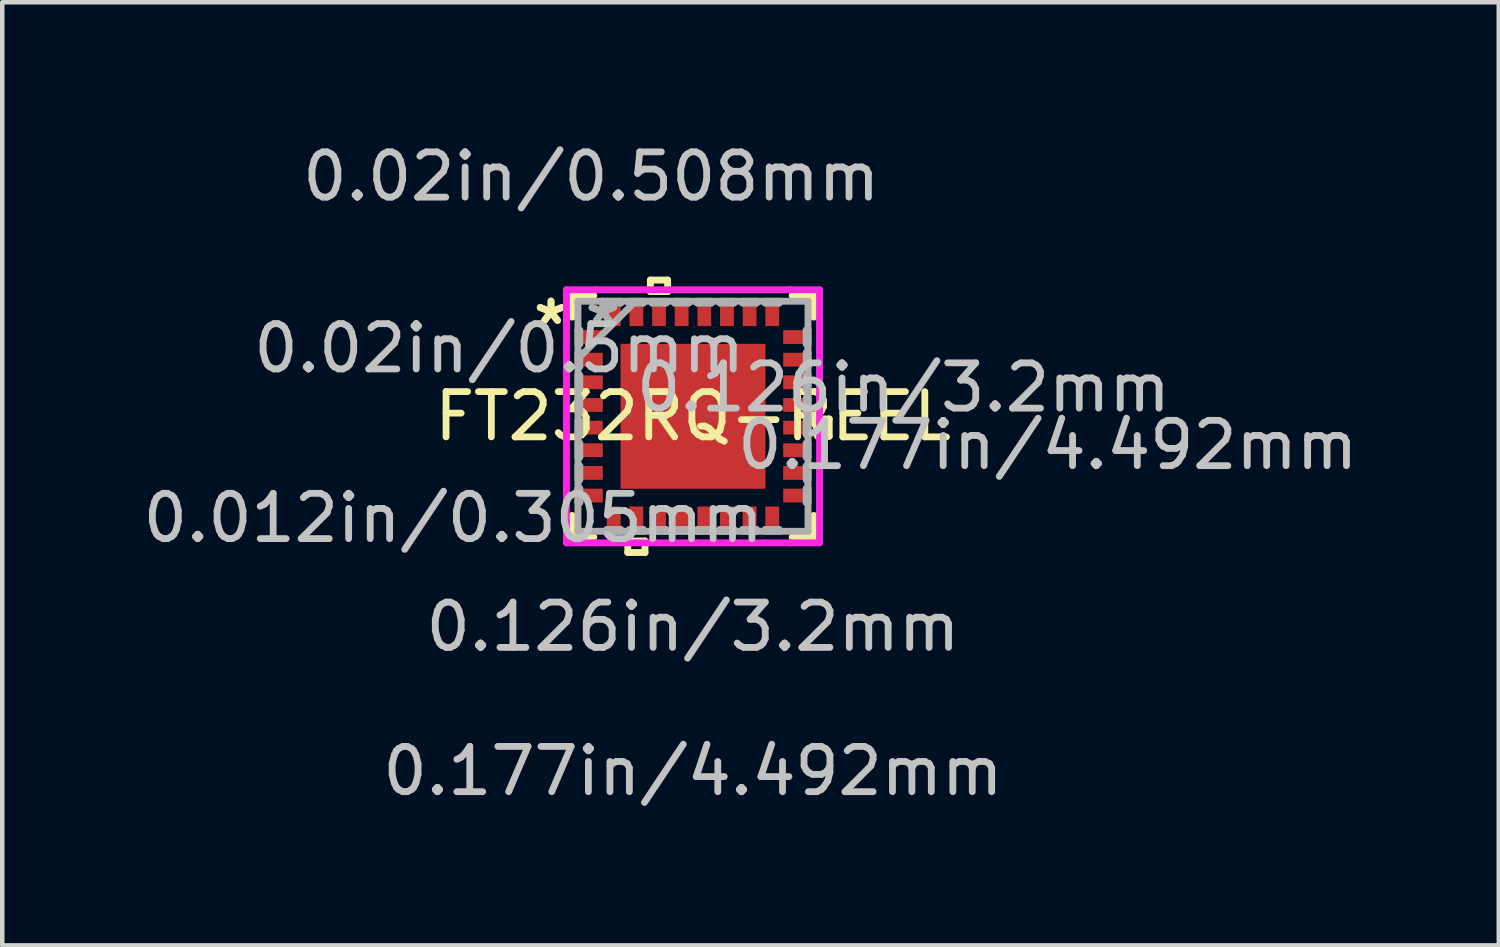
<source format=kicad_pcb>
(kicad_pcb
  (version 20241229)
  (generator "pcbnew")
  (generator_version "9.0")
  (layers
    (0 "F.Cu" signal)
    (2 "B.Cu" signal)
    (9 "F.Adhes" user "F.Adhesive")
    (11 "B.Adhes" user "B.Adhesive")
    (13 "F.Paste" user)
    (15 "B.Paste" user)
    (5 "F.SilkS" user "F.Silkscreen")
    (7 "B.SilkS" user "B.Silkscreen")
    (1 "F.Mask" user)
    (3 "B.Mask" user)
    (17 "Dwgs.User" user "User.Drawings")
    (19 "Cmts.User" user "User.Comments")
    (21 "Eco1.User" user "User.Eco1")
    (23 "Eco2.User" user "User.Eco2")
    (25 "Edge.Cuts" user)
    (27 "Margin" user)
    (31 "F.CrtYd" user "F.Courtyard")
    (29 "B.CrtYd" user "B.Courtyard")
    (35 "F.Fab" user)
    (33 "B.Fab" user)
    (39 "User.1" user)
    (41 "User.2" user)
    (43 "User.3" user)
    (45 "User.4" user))
  (footprint "FT232RQ-REEL"
    (layer "F.Cu")
    (at 12.252 6.142)
    (property "Reference" "FT232RQ-REEL" (at 0 0 0) (layer "F.SilkS") (effects (font (size 1 1) (thickness 0.15))))
    (attr through_hole)
    (fp_line (start -2.667 -2.667) (end -2.667 -2.19) (stroke (width 0.152) (type solid)) (layer "F.SilkS"))
    (fp_line (start -2.667 2.19) (end -2.667 2.667) (stroke (width 0.152) (type solid)) (layer "F.SilkS"))
    (fp_line (start -2.667 2.667) (end -2.19 2.667) (stroke (width 0.152) (type solid)) (layer "F.SilkS"))
    (fp_line (start -2.19 -2.667) (end -2.667 -2.667) (stroke (width 0.152) (type solid)) (layer "F.SilkS"))
    (fp_line (start -1.44 2.754) (end -1.44 3.008) (stroke (width 0.152) (type solid)) (layer "F.SilkS"))
    (fp_line (start -1.44 3.008) (end -1.06 3.008) (stroke (width 0.152) (type solid)) (layer "F.SilkS"))
    (fp_line (start -1.06 2.754) (end -1.44 2.754) (stroke (width 0.152) (type solid)) (layer "F.SilkS"))
    (fp_line (start -1.06 3.008) (end -1.06 2.754) (stroke (width 0.152) (type solid)) (layer "F.SilkS"))
    (fp_line (start -0.941 -3.008) (end -0.56 -3.008) (stroke (width 0.152) (type solid)) (layer "F.SilkS"))
    (fp_line (start -0.941 -2.754) (end -0.941 -3.008) (stroke (width 0.152) (type solid)) (layer "F.SilkS"))
    (fp_line (start -0.56 -3.008) (end -0.56 -2.754) (stroke (width 0.152) (type solid)) (layer "F.SilkS"))
    (fp_line (start -0.56 -2.754) (end -0.941 -2.754) (stroke (width 0.152) (type solid)) (layer "F.SilkS"))
    (fp_line (start 2.19 2.667) (end 2.667 2.667) (stroke (width 0.152) (type solid)) (layer "F.SilkS"))
    (fp_line (start 2.667 -2.667) (end 2.19 -2.667) (stroke (width 0.152) (type solid)) (layer "F.SilkS"))
    (fp_line (start 2.667 -2.19) (end 2.667 -2.667) (stroke (width 0.152) (type solid)) (layer "F.SilkS"))
    (fp_line (start 2.667 2.667) (end 2.667 2.19) (stroke (width 0.152) (type solid)) (layer "F.SilkS"))
    (fp_line (start 2.754 0.059) (end 3.008 0.059) (stroke (width 0.152) (type solid)) (layer "F.SilkS"))
    (fp_line (start 2.754 0.441) (end 2.754 0.059) (stroke (width 0.152) (type solid)) (layer "F.SilkS"))
    (fp_line (start 3.008 0.059) (end 3.008 0.441) (stroke (width 0.152) (type solid)) (layer "F.SilkS"))
    (fp_line (start 3.008 0.441) (end 2.754 0.441) (stroke (width 0.152) (type solid)) (layer "F.SilkS"))
    (fp_line (start -1.5 -1.5) (end -1.5 -0.1) (stroke (width 0.152) (type solid)) (layer "F.Paste"))
    (fp_line (start -1.5 -0.1) (end -0.1 -0.1) (stroke (width 0.152) (type solid)) (layer "F.Paste"))
    (fp_line (start -1.5 0.1) (end -1.5 1.5) (stroke (width 0.152) (type solid)) (layer "F.Paste"))
    (fp_line (start -1.5 1.5) (end -0.1 1.5) (stroke (width 0.152) (type solid)) (layer "F.Paste"))
    (fp_line (start -0.1 -1.5) (end -1.5 -1.5) (stroke (width 0.152) (type solid)) (layer "F.Paste"))
    (fp_line (start -0.1 -0.1) (end -0.1 -1.5) (stroke (width 0.152) (type solid)) (layer "F.Paste"))
    (fp_line (start -0.1 0.1) (end -1.5 0.1) (stroke (width 0.152) (type solid)) (layer "F.Paste"))
    (fp_line (start -0.1 1.5) (end -0.1 0.1) (stroke (width 0.152) (type solid)) (layer "F.Paste"))
    (fp_line (start 0.1 -1.5) (end 0.1 -0.1) (stroke (width 0.152) (type solid)) (layer "F.Paste"))
    (fp_line (start 0.1 -0.1) (end 1.5 -0.1) (stroke (width 0.152) (type solid)) (layer "F.Paste"))
    (fp_line (start 0.1 0.1) (end 0.1 1.5) (stroke (width 0.152) (type solid)) (layer "F.Paste"))
    (fp_line (start 0.1 1.5) (end 1.5 1.5) (stroke (width 0.152) (type solid)) (layer "F.Paste"))
    (fp_line (start 1.5 -1.5) (end 0.1 -1.5) (stroke (width 0.152) (type solid)) (layer "F.Paste"))
    (fp_line (start 1.5 -0.1) (end 1.5 -1.5) (stroke (width 0.152) (type solid)) (layer "F.Paste"))
    (fp_line (start 1.5 0.1) (end 0.1 0.1) (stroke (width 0.152) (type solid)) (layer "F.Paste"))
    (fp_line (start 1.5 1.5) (end 1.5 0.1) (stroke (width 0.152) (type solid)) (layer "F.Paste"))
    (fp_line (start -2.794 -2.794) (end -2.156 -2.794) (stroke (width 0.152) (type solid)) (layer "F.CrtYd"))
    (fp_line (start -2.794 -2.156) (end -2.794 -2.794) (stroke (width 0.152) (type solid)) (layer "F.CrtYd"))
    (fp_line (start -2.794 -2.156) (end -2.794 -2.156) (stroke (width 0.152) (type solid)) (layer "F.CrtYd"))
    (fp_line (start -2.794 2.156) (end -2.794 -2.156) (stroke (width 0.152) (type solid)) (layer "F.CrtYd"))
    (fp_line (start -2.794 2.156) (end -2.794 2.156) (stroke (width 0.152) (type solid)) (layer "F.CrtYd"))
    (fp_line (start -2.794 2.794) (end -2.794 2.156) (stroke (width 0.152) (type solid)) (layer "F.CrtYd"))
    (fp_line (start -2.156 -2.794) (end -2.156 -2.794) (stroke (width 0.152) (type solid)) (layer "F.CrtYd"))
    (fp_line (start -2.156 -2.794) (end 2.156 -2.794) (stroke (width 0.152) (type solid)) (layer "F.CrtYd"))
    (fp_line (start -2.156 2.794) (end -2.794 2.794) (stroke (width 0.152) (type solid)) (layer "F.CrtYd"))
    (fp_line (start -2.156 2.794) (end -2.156 2.794) (stroke (width 0.152) (type solid)) (layer "F.CrtYd"))
    (fp_line (start 2.156 -2.794) (end 2.156 -2.794) (stroke (width 0.152) (type solid)) (layer "F.CrtYd"))
    (fp_line (start 2.156 -2.794) (end 2.794 -2.794) (stroke (width 0.152) (type solid)) (layer "F.CrtYd"))
    (fp_line (start 2.156 2.794) (end -2.156 2.794) (stroke (width 0.152) (type solid)) (layer "F.CrtYd"))
    (fp_line (start 2.156 2.794) (end 2.156 2.794) (stroke (width 0.152) (type solid)) (layer "F.CrtYd"))
    (fp_line (start 2.794 -2.794) (end 2.794 -2.156) (stroke (width 0.152) (type solid)) (layer "F.CrtYd"))
    (fp_line (start 2.794 -2.156) (end 2.794 -2.156) (stroke (width 0.152) (type solid)) (layer "F.CrtYd"))
    (fp_line (start 2.794 -2.156) (end 2.794 2.156) (stroke (width 0.152) (type solid)) (layer "F.CrtYd"))
    (fp_line (start 2.794 2.156) (end 2.794 2.156) (stroke (width 0.152) (type solid)) (layer "F.CrtYd"))
    (fp_line (start 2.794 2.156) (end 2.794 2.794) (stroke (width 0.152) (type solid)) (layer "F.CrtYd"))
    (fp_line (start 2.794 2.794) (end 2.156 2.794) (stroke (width 0.152) (type solid)) (layer "F.CrtYd"))
    (fp_line (start -2.54 -2.54) (end -2.54 -2.54) (stroke (width 0.152) (type solid)) (layer "F.Fab"))
    (fp_line (start -2.54 -2.54) (end -2.54 2.54) (stroke (width 0.152) (type solid)) (layer "F.Fab"))
    (fp_line (start -2.54 -1.902) (end -2.5 -1.902) (stroke (width 0.152) (type solid)) (layer "F.Fab"))
    (fp_line (start -2.54 -1.598) (end -2.54 -1.902) (stroke (width 0.152) (type solid)) (layer "F.Fab"))
    (fp_line (start -2.54 -1.402) (end -2.5 -1.402) (stroke (width 0.152) (type solid)) (layer "F.Fab"))
    (fp_line (start -2.54 -1.27) (end -1.27 -2.54) (stroke (width 0.152) (type solid)) (layer "F.Fab"))
    (fp_line (start -2.54 -1.098) (end -2.54 -1.402) (stroke (width 0.152) (type solid)) (layer "F.Fab"))
    (fp_line (start -2.54 -0.902) (end -2.5 -0.902) (stroke (width 0.152) (type solid)) (layer "F.Fab"))
    (fp_line (start -2.54 -0.598) (end -2.54 -0.902) (stroke (width 0.152) (type solid)) (layer "F.Fab"))
    (fp_line (start -2.54 -0.402) (end -2.5 -0.402) (stroke (width 0.152) (type solid)) (layer "F.Fab"))
    (fp_line (start -2.54 -0.098) (end -2.54 -0.402) (stroke (width 0.152) (type solid)) (layer "F.Fab"))
    (fp_line (start -2.54 0.098) (end -2.5 0.098) (stroke (width 0.152) (type solid)) (layer "F.Fab"))
    (fp_line (start -2.54 0.402) (end -2.54 0.098) (stroke (width 0.152) (type solid)) (layer "F.Fab"))
    (fp_line (start -2.54 0.598) (end -2.5 0.598) (stroke (width 0.152) (type solid)) (layer "F.Fab"))
    (fp_line (start -2.54 0.902) (end -2.54 0.598) (stroke (width 0.152) (type solid)) (layer "F.Fab"))
    (fp_line (start -2.54 1.098) (end -2.5 1.098) (stroke (width 0.152) (type solid)) (layer "F.Fab"))
    (fp_line (start -2.54 1.402) (end -2.54 1.098) (stroke (width 0.152) (type solid)) (layer "F.Fab"))
    (fp_line (start -2.54 1.598) (end -2.5 1.598) (stroke (width 0.152) (type solid)) (layer "F.Fab"))
    (fp_line (start -2.54 1.902) (end -2.54 1.598) (stroke (width 0.152) (type solid)) (layer "F.Fab"))
    (fp_line (start -2.54 2.54) (end -2.54 2.54) (stroke (width 0.152) (type solid)) (layer "F.Fab"))
    (fp_line (start -2.54 2.54) (end 2.54 2.54) (stroke (width 0.152) (type solid)) (layer "F.Fab"))
    (fp_line (start -2.5 -1.902) (end -2.5 -1.598) (stroke (width 0.152) (type solid)) (layer "F.Fab"))
    (fp_line (start -2.5 -1.598) (end -2.54 -1.598) (stroke (width 0.152) (type solid)) (layer "F.Fab"))
    (fp_line (start -2.5 -1.402) (end -2.5 -1.098) (stroke (width 0.152) (type solid)) (layer "F.Fab"))
    (fp_line (start -2.5 -1.098) (end -2.54 -1.098) (stroke (width 0.152) (type solid)) (layer "F.Fab"))
    (fp_line (start -2.5 -0.902) (end -2.5 -0.598) (stroke (width 0.152) (type solid)) (layer "F.Fab"))
    (fp_line (start -2.5 -0.598) (end -2.54 -0.598) (stroke (width 0.152) (type solid)) (layer "F.Fab"))
    (fp_line (start -2.5 -0.402) (end -2.5 -0.098) (stroke (width 0.152) (type solid)) (layer "F.Fab"))
    (fp_line (start -2.5 -0.098) (end -2.54 -0.098) (stroke (width 0.152) (type solid)) (layer "F.Fab"))
    (fp_line (start -2.5 0.098) (end -2.5 0.402) (stroke (width 0.152) (type solid)) (layer "F.Fab"))
    (fp_line (start -2.5 0.402) (end -2.54 0.402) (stroke (width 0.152) (type solid)) (layer "F.Fab"))
    (fp_line (start -2.5 0.598) (end -2.5 0.902) (stroke (width 0.152) (type solid)) (layer "F.Fab"))
    (fp_line (start -2.5 0.902) (end -2.54 0.902) (stroke (width 0.152) (type solid)) (layer "F.Fab"))
    (fp_line (start -2.5 1.098) (end -2.5 1.402) (stroke (width 0.152) (type solid)) (layer "F.Fab"))
    (fp_line (start -2.5 1.402) (end -2.54 1.402) (stroke (width 0.152) (type solid)) (layer "F.Fab"))
    (fp_line (start -2.5 1.598) (end -2.5 1.902) (stroke (width 0.152) (type solid)) (layer "F.Fab"))
    (fp_line (start -2.5 1.902) (end -2.54 1.902) (stroke (width 0.152) (type solid)) (layer "F.Fab"))
    (fp_line (start -1.902 -2.54) (end -1.598 -2.54) (stroke (width 0.152) (type solid)) (layer "F.Fab"))
    (fp_line (start -1.902 -2.5) (end -1.902 -2.54) (stroke (width 0.152) (type solid)) (layer "F.Fab"))
    (fp_line (start -1.902 2.5) (end -1.598 2.5) (stroke (width 0.152) (type solid)) (layer "F.Fab"))
    (fp_line (start -1.902 2.54) (end -1.902 2.5) (stroke (width 0.152) (type solid)) (layer "F.Fab"))
    (fp_line (start -1.598 -2.54) (end -1.598 -2.5) (stroke (width 0.152) (type solid)) (layer "F.Fab"))
    (fp_line (start -1.598 -2.5) (end -1.902 -2.5) (stroke (width 0.152) (type solid)) (layer "F.Fab"))
    (fp_line (start -1.598 2.5) (end -1.598 2.54) (stroke (width 0.152) (type solid)) (layer "F.Fab"))
    (fp_line (start -1.598 2.54) (end -1.902 2.54) (stroke (width 0.152) (type solid)) (layer "F.Fab"))
    (fp_line (start -1.402 -2.54) (end -1.098 -2.54) (stroke (width 0.152) (type solid)) (layer "F.Fab"))
    (fp_line (start -1.402 -2.5) (end -1.402 -2.54) (stroke (width 0.152) (type solid)) (layer "F.Fab"))
    (fp_line (start -1.402 2.5) (end -1.098 2.5) (stroke (width 0.152) (type solid)) (layer "F.Fab"))
    (fp_line (start -1.402 2.54) (end -1.402 2.5) (stroke (width 0.152) (type solid)) (layer "F.Fab"))
    (fp_line (start -1.098 -2.54) (end -1.098 -2.5) (stroke (width 0.152) (type solid)) (layer "F.Fab"))
    (fp_line (start -1.098 -2.5) (end -1.402 -2.5) (stroke (width 0.152) (type solid)) (layer "F.Fab"))
    (fp_line (start -1.098 2.5) (end -1.098 2.54) (stroke (width 0.152) (type solid)) (layer "F.Fab"))
    (fp_line (start -1.098 2.54) (end -1.402 2.54) (stroke (width 0.152) (type solid)) (layer "F.Fab"))
    (fp_line (start -0.902 -2.54) (end -0.598 -2.54) (stroke (width 0.152) (type solid)) (layer "F.Fab"))
    (fp_line (start -0.902 -2.5) (end -0.902 -2.54) (stroke (width 0.152) (type solid)) (layer "F.Fab"))
    (fp_line (start -0.902 2.5) (end -0.598 2.5) (stroke (width 0.152) (type solid)) (layer "F.Fab"))
    (fp_line (start -0.902 2.54) (end -0.902 2.5) (stroke (width 0.152) (type solid)) (layer "F.Fab"))
    (fp_line (start -0.598 -2.54) (end -0.598 -2.5) (stroke (width 0.152) (type solid)) (layer "F.Fab"))
    (fp_line (start -0.598 -2.5) (end -0.902 -2.5) (stroke (width 0.152) (type solid)) (layer "F.Fab"))
    (fp_line (start -0.598 2.5) (end -0.598 2.54) (stroke (width 0.152) (type solid)) (layer "F.Fab"))
    (fp_line (start -0.598 2.54) (end -0.902 2.54) (stroke (width 0.152) (type solid)) (layer "F.Fab"))
    (fp_line (start -0.402 -2.54) (end -0.098 -2.54) (stroke (width 0.152) (type solid)) (layer "F.Fab"))
    (fp_line (start -0.402 -2.5) (end -0.402 -2.54) (stroke (width 0.152) (type solid)) (layer "F.Fab"))
    (fp_line (start -0.402 2.5) (end -0.098 2.5) (stroke (width 0.152) (type solid)) (layer "F.Fab"))
    (fp_line (start -0.402 2.54) (end -0.402 2.5) (stroke (width 0.152) (type solid)) (layer "F.Fab"))
    (fp_line (start -0.098 -2.54) (end -0.098 -2.5) (stroke (width 0.152) (type solid)) (layer "F.Fab"))
    (fp_line (start -0.098 -2.5) (end -0.402 -2.5) (stroke (width 0.152) (type solid)) (layer "F.Fab"))
    (fp_line (start -0.098 2.5) (end -0.098 2.54) (stroke (width 0.152) (type solid)) (layer "F.Fab"))
    (fp_line (start -0.098 2.54) (end -0.402 2.54) (stroke (width 0.152) (type solid)) (layer "F.Fab"))
    (fp_line (start 0.098 -2.54) (end 0.402 -2.54) (stroke (width 0.152) (type solid)) (layer "F.Fab"))
    (fp_line (start 0.098 -2.5) (end 0.098 -2.54) (stroke (width 0.152) (type solid)) (layer "F.Fab"))
    (fp_line (start 0.098 2.5) (end 0.402 2.5) (stroke (width 0.152) (type solid)) (layer "F.Fab"))
    (fp_line (start 0.098 2.54) (end 0.098 2.5) (stroke (width 0.152) (type solid)) (layer "F.Fab"))
    (fp_line (start 0.402 -2.54) (end 0.402 -2.5) (stroke (width 0.152) (type solid)) (layer "F.Fab"))
    (fp_line (start 0.402 -2.5) (end 0.098 -2.5) (stroke (width 0.152) (type solid)) (layer "F.Fab"))
    (fp_line (start 0.402 2.5) (end 0.402 2.54) (stroke (width 0.152) (type solid)) (layer "F.Fab"))
    (fp_line (start 0.402 2.54) (end 0.098 2.54) (stroke (width 0.152) (type solid)) (layer "F.Fab"))
    (fp_line (start 0.598 -2.54) (end 0.902 -2.54) (stroke (width 0.152) (type solid)) (layer "F.Fab"))
    (fp_line (start 0.598 -2.5) (end 0.598 -2.54) (stroke (width 0.152) (type solid)) (layer "F.Fab"))
    (fp_line (start 0.598 2.5) (end 0.902 2.5) (stroke (width 0.152) (type solid)) (layer "F.Fab"))
    (fp_line (start 0.598 2.54) (end 0.598 2.5) (stroke (width 0.152) (type solid)) (layer "F.Fab"))
    (fp_line (start 0.902 -2.54) (end 0.902 -2.5) (stroke (width 0.152) (type solid)) (layer "F.Fab"))
    (fp_line (start 0.902 -2.5) (end 0.598 -2.5) (stroke (width 0.152) (type solid)) (layer "F.Fab"))
    (fp_line (start 0.902 2.5) (end 0.902 2.54) (stroke (width 0.152) (type solid)) (layer "F.Fab"))
    (fp_line (start 0.902 2.54) (end 0.598 2.54) (stroke (width 0.152) (type solid)) (layer "F.Fab"))
    (fp_line (start 1.098 -2.54) (end 1.402 -2.54) (stroke (width 0.152) (type solid)) (layer "F.Fab"))
    (fp_line (start 1.098 -2.5) (end 1.098 -2.54) (stroke (width 0.152) (type solid)) (layer "F.Fab"))
    (fp_line (start 1.098 2.5) (end 1.402 2.5) (stroke (width 0.152) (type solid)) (layer "F.Fab"))
    (fp_line (start 1.098 2.54) (end 1.098 2.5) (stroke (width 0.152) (type solid)) (layer "F.Fab"))
    (fp_line (start 1.402 -2.54) (end 1.402 -2.5) (stroke (width 0.152) (type solid)) (layer "F.Fab"))
    (fp_line (start 1.402 -2.5) (end 1.098 -2.5) (stroke (width 0.152) (type solid)) (layer "F.Fab"))
    (fp_line (start 1.402 2.5) (end 1.402 2.54) (stroke (width 0.152) (type solid)) (layer "F.Fab"))
    (fp_line (start 1.402 2.54) (end 1.098 2.54) (stroke (width 0.152) (type solid)) (layer "F.Fab"))
    (fp_line (start 1.598 -2.54) (end 1.902 -2.54) (stroke (width 0.152) (type solid)) (layer "F.Fab"))
    (fp_line (start 1.598 -2.5) (end 1.598 -2.54) (stroke (width 0.152) (type solid)) (layer "F.Fab"))
    (fp_line (start 1.598 2.5) (end 1.902 2.5) (stroke (width 0.152) (type solid)) (layer "F.Fab"))
    (fp_line (start 1.598 2.54) (end 1.598 2.5) (stroke (width 0.152) (type solid)) (layer "F.Fab"))
    (fp_line (start 1.902 -2.54) (end 1.902 -2.5) (stroke (width 0.152) (type solid)) (layer "F.Fab"))
    (fp_line (start 1.902 -2.5) (end 1.598 -2.5) (stroke (width 0.152) (type solid)) (layer "F.Fab"))
    (fp_line (start 1.902 2.5) (end 1.902 2.54) (stroke (width 0.152) (type solid)) (layer "F.Fab"))
    (fp_line (start 1.902 2.54) (end 1.598 2.54) (stroke (width 0.152) (type solid)) (layer "F.Fab"))
    (fp_line (start 2.5 -1.902) (end 2.54 -1.902) (stroke (width 0.152) (type solid)) (layer "F.Fab"))
    (fp_line (start 2.5 -1.598) (end 2.5 -1.902) (stroke (width 0.152) (type solid)) (layer "F.Fab"))
    (fp_line (start 2.5 -1.402) (end 2.54 -1.402) (stroke (width 0.152) (type solid)) (layer "F.Fab"))
    (fp_line (start 2.5 -1.098) (end 2.5 -1.402) (stroke (width 0.152) (type solid)) (layer "F.Fab"))
    (fp_line (start 2.5 -0.902) (end 2.54 -0.902) (stroke (width 0.152) (type solid)) (layer "F.Fab"))
    (fp_line (start 2.5 -0.598) (end 2.5 -0.902) (stroke (width 0.152) (type solid)) (layer "F.Fab"))
    (fp_line (start 2.5 -0.402) (end 2.54 -0.402) (stroke (width 0.152) (type solid)) (layer "F.Fab"))
    (fp_line (start 2.5 -0.098) (end 2.5 -0.402) (stroke (width 0.152) (type solid)) (layer "F.Fab"))
    (fp_line (start 2.5 0.098) (end 2.54 0.098) (stroke (width 0.152) (type solid)) (layer "F.Fab"))
    (fp_line (start 2.5 0.402) (end 2.5 0.098) (stroke (width 0.152) (type solid)) (layer "F.Fab"))
    (fp_line (start 2.5 0.598) (end 2.54 0.598) (stroke (width 0.152) (type solid)) (layer "F.Fab"))
    (fp_line (start 2.5 0.902) (end 2.5 0.598) (stroke (width 0.152) (type solid)) (layer "F.Fab"))
    (fp_line (start 2.5 1.098) (end 2.54 1.098) (stroke (width 0.152) (type solid)) (layer "F.Fab"))
    (fp_line (start 2.5 1.402) (end 2.5 1.098) (stroke (width 0.152) (type solid)) (layer "F.Fab"))
    (fp_line (start 2.5 1.598) (end 2.54 1.598) (stroke (width 0.152) (type solid)) (layer "F.Fab"))
    (fp_line (start 2.5 1.902) (end 2.5 1.598) (stroke (width 0.152) (type solid)) (layer "F.Fab"))
    (fp_line (start 2.54 -2.54) (end -2.54 -2.54) (stroke (width 0.152) (type solid)) (layer "F.Fab"))
    (fp_line (start 2.54 -2.54) (end 2.54 -2.54) (stroke (width 0.152) (type solid)) (layer "F.Fab"))
    (fp_line (start 2.54 -1.902) (end 2.54 -1.598) (stroke (width 0.152) (type solid)) (layer "F.Fab"))
    (fp_line (start 2.54 -1.598) (end 2.5 -1.598) (stroke (width 0.152) (type solid)) (layer "F.Fab"))
    (fp_line (start 2.54 -1.402) (end 2.54 -1.098) (stroke (width 0.152) (type solid)) (layer "F.Fab"))
    (fp_line (start 2.54 -1.098) (end 2.5 -1.098) (stroke (width 0.152) (type solid)) (layer "F.Fab"))
    (fp_line (start 2.54 -0.902) (end 2.54 -0.598) (stroke (width 0.152) (type solid)) (layer "F.Fab"))
    (fp_line (start 2.54 -0.598) (end 2.5 -0.598) (stroke (width 0.152) (type solid)) (layer "F.Fab"))
    (fp_line (start 2.54 -0.402) (end 2.54 -0.098) (stroke (width 0.152) (type solid)) (layer "F.Fab"))
    (fp_line (start 2.54 -0.098) (end 2.5 -0.098) (stroke (width 0.152) (type solid)) (layer "F.Fab"))
    (fp_line (start 2.54 0.098) (end 2.54 0.402) (stroke (width 0.152) (type solid)) (layer "F.Fab"))
    (fp_line (start 2.54 0.402) (end 2.5 0.402) (stroke (width 0.152) (type solid)) (layer "F.Fab"))
    (fp_line (start 2.54 0.598) (end 2.54 0.902) (stroke (width 0.152) (type solid)) (layer "F.Fab"))
    (fp_line (start 2.54 0.902) (end 2.5 0.902) (stroke (width 0.152) (type solid)) (layer "F.Fab"))
    (fp_line (start 2.54 1.098) (end 2.54 1.402) (stroke (width 0.152) (type solid)) (layer "F.Fab"))
    (fp_line (start 2.54 1.402) (end 2.5 1.402) (stroke (width 0.152) (type solid)) (layer "F.Fab"))
    (fp_line (start 2.54 1.598) (end 2.54 1.902) (stroke (width 0.152) (type solid)) (layer "F.Fab"))
    (fp_line (start 2.54 1.902) (end 2.5 1.902) (stroke (width 0.152) (type solid)) (layer "F.Fab"))
    (fp_line (start 2.54 2.54) (end 2.54 -2.54) (stroke (width 0.152) (type solid)) (layer "F.Fab"))
    (fp_line (start 2.54 2.54) (end 2.54 2.54) (stroke (width 0.152) (type solid)) (layer "F.Fab"))
    (fp_text user "*" (at -3.135 -2 0) (layer "F.SilkS") (effects (font (size 1 1) (thickness 0.15))))
    (fp_text user "*" (at -3.135 -2 0) (layer "F.SilkS") (effects (font (size 1 1) (thickness 0.15))))
    (fp_text user "0.02in/0.508mm" (at -2.246 -5.294 0) (layer "Dwgs.User") (effects (font (size 1 1) (thickness 0.15))))
    (fp_text user "0.012in/0.305mm" (at -5.294 2.246 0) (layer "Dwgs.User") (effects (font (size 1 1) (thickness 0.15))))
    (fp_text user "0.177in/4.492mm" (at 0 7.834 0) (layer "Dwgs.User") (effects (font (size 1 1) (thickness 0.15))))
    (fp_text user "0.177in/4.492mm" (at 7.834 0.635 0) (layer "Dwgs.User") (effects (font (size 1 1) (thickness 0.15))))
    (fp_text user "0.02in/0.5mm" (at -4.278 -1.5 0) (layer "Dwgs.User") (effects (font (size 1 1) (thickness 0.15))))
    (fp_text user "0.126in/3.2mm" (at 0 4.648 0) (layer "Dwgs.User") (effects (font (size 1 1) (thickness 0.15))))
    (fp_text user "0.126in/3.2mm" (at 4.648 -0.635 0) (layer "Dwgs.User") (effects (font (size 1 1) (thickness 0.15))))
    (fp_text user "Copyright 2016 Accelerated Designs. All rights reserved." (at 0 0 0) (layer "Cmts.User") (effects (font (size 0.127 0.127) (thickness 0.002))))
    (fp_text user "*" (at -1.992 -2 0) (layer "F.Fab") (effects (font (size 1 1) (thickness 0.15))))
    (fp_text user "*" (at -1.992 -2 0) (layer "F.Fab") (effects (font (size 1 1) (thickness 0.15))))
    (pad "1" smd rect (at -2.246 -1.75 90) (size 0.305 0.508) (layers "F.Cu" "F.Mask" "F.Paste"))
    (pad "2" smd rect (at -2.246 -1.25 90) (size 0.305 0.508) (layers "F.Cu" "F.Mask" "F.Paste"))
    (pad "3" smd rect (at -2.246 -0.75 90) (size 0.305 0.508) (layers "F.Cu" "F.Mask" "F.Paste"))
    (pad "4" smd rect (at -2.246 -0.25 90) (size 0.305 0.508) (layers "F.Cu" "F.Mask" "F.Paste"))
    (pad "5" smd rect (at -2.246 0.25 90) (size 0.305 0.508) (layers "F.Cu" "F.Mask" "F.Paste"))
    (pad "6" smd rect (at -2.246 0.75 90) (size 0.305 0.508) (layers "F.Cu" "F.Mask" "F.Paste"))
    (pad "7" smd rect (at -2.246 1.25 90) (size 0.305 0.508) (layers "F.Cu" "F.Mask" "F.Paste"))
    (pad "8" smd rect (at -2.246 1.75 90) (size 0.305 0.508) (layers "F.Cu" "F.Mask" "F.Paste"))
    (pad "9" smd rect (at -1.75 2.246) (size 0.305 0.508) (layers "F.Cu" "F.Mask" "F.Paste"))
    (pad "10" smd rect (at -1.25 2.246) (size 0.305 0.508) (layers "F.Cu" "F.Mask" "F.Paste"))
    (pad "11" smd rect (at -0.75 2.246) (size 0.305 0.508) (layers "F.Cu" "F.Mask" "F.Paste"))
    (pad "12" smd rect (at -0.25 2.246) (size 0.305 0.508) (layers "F.Cu" "F.Mask" "F.Paste"))
    (pad "13" smd rect (at 0.25 2.246) (size 0.305 0.508) (layers "F.Cu" "F.Mask" "F.Paste"))
    (pad "14" smd rect (at 0.75 2.246) (size 0.305 0.508) (layers "F.Cu" "F.Mask" "F.Paste"))
    (pad "15" smd rect (at 1.25 2.246) (size 0.305 0.508) (layers "F.Cu" "F.Mask" "F.Paste"))
    (pad "16" smd rect (at 1.75 2.246) (size 0.305 0.508) (layers "F.Cu" "F.Mask" "F.Paste"))
    (pad "17" smd rect (at 2.246 1.75 90) (size 0.305 0.508) (layers "F.Cu" "F.Mask" "F.Paste"))
    (pad "18" smd rect (at 2.246 1.25 90) (size 0.305 0.508) (layers "F.Cu" "F.Mask" "F.Paste"))
    (pad "19" smd rect (at 2.246 0.75 90) (size 0.305 0.508) (layers "F.Cu" "F.Mask" "F.Paste"))
    (pad "20" smd rect (at 2.246 0.25 90) (size 0.305 0.508) (layers "F.Cu" "F.Mask" "F.Paste"))
    (pad "21" smd rect (at 2.246 -0.25 90) (size 0.305 0.508) (layers "F.Cu" "F.Mask" "F.Paste"))
    (pad "22" smd rect (at 2.246 -0.75 90) (size 0.305 0.508) (layers "F.Cu" "F.Mask" "F.Paste"))
    (pad "23" smd rect (at 2.246 -1.25 90) (size 0.305 0.508) (layers "F.Cu" "F.Mask" "F.Paste"))
    (pad "24" smd rect (at 2.246 -1.75 90) (size 0.305 0.508) (layers "F.Cu" "F.Mask" "F.Paste"))
    (pad "25" smd rect (at 1.75 -2.246) (size 0.305 0.508) (layers "F.Cu" "F.Mask" "F.Paste"))
    (pad "26" smd rect (at 1.25 -2.246) (size 0.305 0.508) (layers "F.Cu" "F.Mask" "F.Paste"))
    (pad "27" smd rect (at 0.75 -2.246) (size 0.305 0.508) (layers "F.Cu" "F.Mask" "F.Paste"))
    (pad "28" smd rect (at 0.25 -2.246) (size 0.305 0.508) (layers "F.Cu" "F.Mask" "F.Paste"))
    (pad "29" smd rect (at -0.25 -2.246) (size 0.305 0.508) (layers "F.Cu" "F.Mask" "F.Paste"))
    (pad "30" smd rect (at -0.75 -2.246) (size 0.305 0.508) (layers "F.Cu" "F.Mask" "F.Paste"))
    (pad "31" smd rect (at -1.25 -2.246) (size 0.305 0.508) (layers "F.Cu" "F.Mask" "F.Paste"))
    (pad "32" smd rect (at -1.75 -2.246) (size 0.305 0.508) (layers "F.Cu" "F.Mask" "F.Paste"))
    (pad "33" smd rect (at 0 0) (size 3.2 3.2) (layers "F.Cu" "F.Mask" "F.Paste")))
  (gr_rect
    (start -3 -3)
    (end 30.045 17.825)
    (stroke (width 0.1) (type default))
    (fill no)
    (layer "Edge.Cuts")))
</source>
